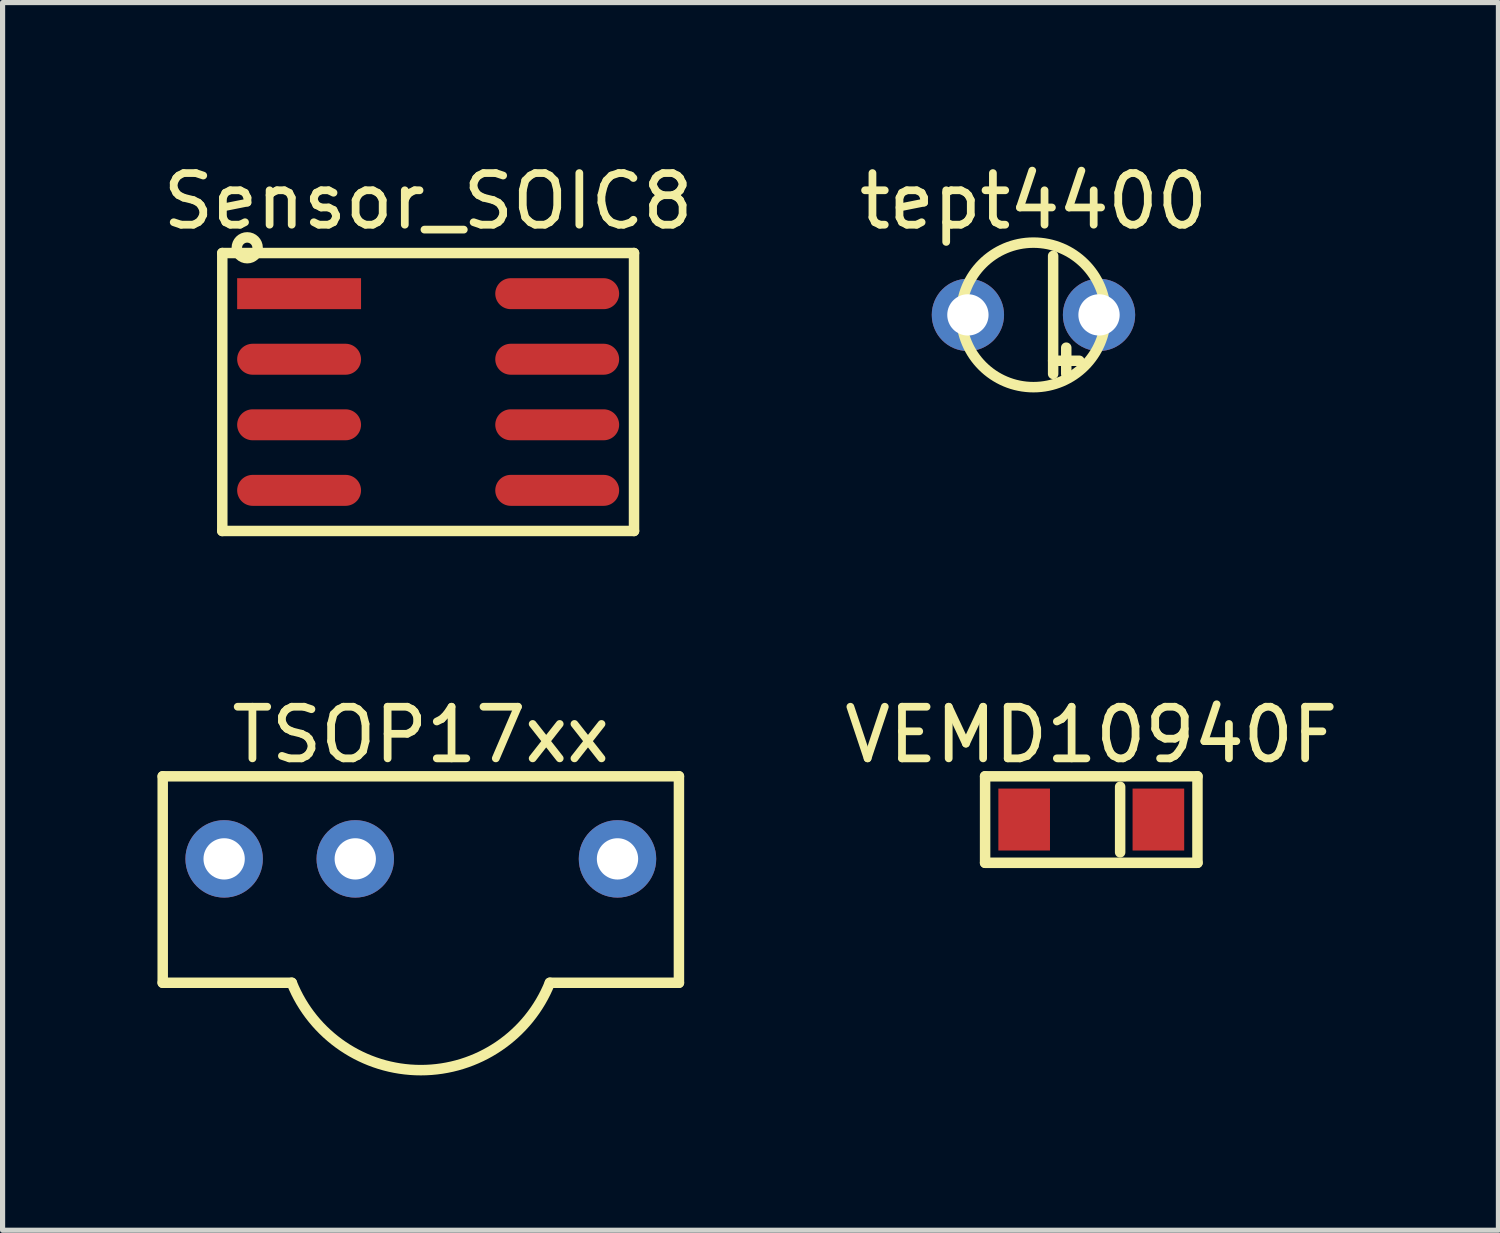
<source format=kicad_pcb>
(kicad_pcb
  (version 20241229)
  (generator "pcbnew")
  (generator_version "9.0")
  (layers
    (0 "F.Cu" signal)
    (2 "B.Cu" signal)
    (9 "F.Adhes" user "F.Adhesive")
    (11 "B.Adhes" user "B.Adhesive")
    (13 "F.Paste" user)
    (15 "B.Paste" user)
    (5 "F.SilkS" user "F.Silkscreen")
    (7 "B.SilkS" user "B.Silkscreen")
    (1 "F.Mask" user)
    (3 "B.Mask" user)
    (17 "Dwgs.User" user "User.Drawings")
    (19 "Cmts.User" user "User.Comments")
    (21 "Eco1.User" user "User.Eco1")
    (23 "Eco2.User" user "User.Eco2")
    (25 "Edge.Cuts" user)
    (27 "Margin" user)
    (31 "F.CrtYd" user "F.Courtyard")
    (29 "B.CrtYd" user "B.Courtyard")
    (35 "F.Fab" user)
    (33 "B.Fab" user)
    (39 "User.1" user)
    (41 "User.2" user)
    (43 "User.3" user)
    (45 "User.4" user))
  (footprint "VEMD10940F"
    (layer "F.Cu")
    (at 18.09 12.826)
    (property "Reference" "VEMD10940F" (at 0 -1.64 0) (layer "F.SilkS") (effects (font (size 1 1) (thickness 0.15))))
    (fp_line (start -2.057 -0.838) (end 2.057 -0.838) (stroke (width 0.203) (type solid)) (layer "F.SilkS"))
    (fp_line (start -2.057 0.838) (end -2.057 -0.838) (stroke (width 0.203) (type solid)) (layer "F.SilkS"))
    (fp_line (start -2.057 0.838) (end 2.057 0.838) (stroke (width 0.203) (type solid)) (layer "F.SilkS"))
    (fp_line (start 0.559 0.635) (end 0.559 -0.635) (stroke (width 0.203) (type solid)) (layer "F.SilkS"))
    (fp_line (start 2.057 0.838) (end 2.057 -0.838) (stroke (width 0.203) (type solid)) (layer "F.SilkS"))
    (pad "A" smd rect (at -1.3 0 90) (size 1.2 1) (layers "F.Cu" "F.Mask" "F.Paste"))
    (pad "K" smd rect (at 1.3 0 90) (size 1.2 1) (layers "F.Cu" "F.Mask" "F.Paste")))
  (footprint "tept4400"
    (layer "F.Cu")
    (at 15.7 3.05)
    (property "Reference" "tept4400" (at 1.27 -2.202 0) (layer "F.SilkS") (effects (font (size 1 1) (thickness 0.15))))
    (fp_line (start 1.651 0.889) (end 2.159 0.889) (stroke (width 0.203) (type solid)) (layer "F.SilkS"))
    (fp_line (start 1.651 1.143) (end 1.651 -1.143) (stroke (width 0.203) (type solid)) (layer "F.SilkS"))
    (fp_line (start 1.905 1.143) (end 1.905 0.635) (stroke (width 0.203) (type solid)) (layer "F.SilkS"))
    (fp_circle (center 1.27 0) (end 1.27 -1.4) (stroke (width 0.203) (type solid)) (fill no) (layer "F.SilkS"))
    (pad "1" thru_hole circle (at 0 0 270) (size 1.4 1.4) (drill 0.8) (layers "*.Cu" "*.Mask"))
    (pad "2" thru_hole circle (at 2.54 0 270) (size 1.4 1.4) (drill 0.8) (layers "*.Cu" "*.Mask")))
  (footprint "TSOP17xx"
    (layer "F.Cu")
    (at 5.102 13.588)
    (property "Reference" "TSOP17xx" (at 0 -2.402 0) (layer "F.SilkS") (effects (font (size 1 1) (thickness 0.15))))
    (fp_line (start -5 -1.6) (end 5 -1.6) (stroke (width 0.203) (type solid)) (layer "F.SilkS"))
    (fp_line (start -5 2.4) (end -5 -1.6) (stroke (width 0.203) (type solid)) (layer "F.SilkS"))
    (fp_line (start -5 2.4) (end -2.5 2.4) (stroke (width 0.203) (type solid)) (layer "F.SilkS"))
    (fp_line (start 2.5 2.4) (end 5 2.4) (stroke (width 0.203) (type solid)) (layer "F.SilkS"))
    (fp_line (start 5 2.4) (end 5 -1.6) (stroke (width 0.203) (type solid)) (layer "F.SilkS"))
    (fp_arc (start 2.499998 2.4) (mid 0 4.092581) (end -2.499998 2.399999) (stroke (width 0.2032) (type solid)) (layer "F.SilkS"))
    (pad "1" thru_hole circle (at -3.81 0) (size 1.5 1.5) (drill 0.8) (layers "*.Cu" "*.Mask"))
    (pad "2" thru_hole circle (at -1.27 0) (size 1.5 1.5) (drill 0.8) (layers "*.Cu" "*.Mask"))
    (pad "3" thru_hole circle (at 3.81 0) (size 1.5 1.5) (drill 0.8) (layers "*.Cu" "*.Mask")))
  (footprint "Sensor_SOIC8"
    (layer "F.Cu")
    (at 5.244 4.544)
    (property "Reference" "Sensor_SOIC8" (at 0 -3.696 0) (layer "F.SilkS") (effects (font (size 1 1) (thickness 0.15))))
    (fp_line (start -3.988 -2.692) (end 3.988 -2.692) (stroke (width 0.203) (type solid)) (layer "F.SilkS"))
    (fp_line (start -3.988 2.692) (end -3.988 -2.692) (stroke (width 0.203) (type solid)) (layer "F.SilkS"))
    (fp_line (start -3.988 2.692) (end 3.988 2.692) (stroke (width 0.203) (type solid)) (layer "F.SilkS"))
    (fp_line (start 3.988 2.692) (end 3.988 -2.692) (stroke (width 0.203) (type solid)) (layer "F.SilkS"))
    (fp_circle (center -3.505 -2.794) (end -3.505 -2.894) (stroke (width 0.203) (type solid)) (fill no) (layer "F.SilkS"))
    (pad "1" smd rect (at -2.5 -1.905 90) (size 0.6 2.4) (layers "F.Cu" "F.Mask" "F.Paste"))
    (pad "2" smd oval (at -2.5 -0.635 90) (size 0.6 2.4) (layers "F.Cu" "F.Mask" "F.Paste"))
    (pad "3" smd oval (at -2.5 0.635 90) (size 0.6 2.4) (layers "F.Cu" "F.Mask" "F.Paste"))
    (pad "4" smd oval (at -2.5 1.905 90) (size 0.6 2.4) (layers "F.Cu" "F.Mask" "F.Paste"))
    (pad "5" smd oval (at 2.5 1.905 90) (size 0.6 2.4) (layers "F.Cu" "F.Mask" "F.Paste"))
    (pad "6" smd oval (at 2.5 0.635 90) (size 0.6 2.4) (layers "F.Cu" "F.Mask" "F.Paste"))
    (pad "7" smd oval (at 2.5 -0.635 90) (size 0.6 2.4) (layers "F.Cu" "F.Mask" "F.Paste"))
    (pad "8" smd oval (at 2.5 -1.905 90) (size 0.6 2.4) (layers "F.Cu" "F.Mask" "F.Paste")))
  (gr_rect
    (start -3 -3)
    (end 25.977 20.782)
    (stroke (width 0.1) (type default))
    (fill no)
    (layer "Edge.Cuts")))
</source>
